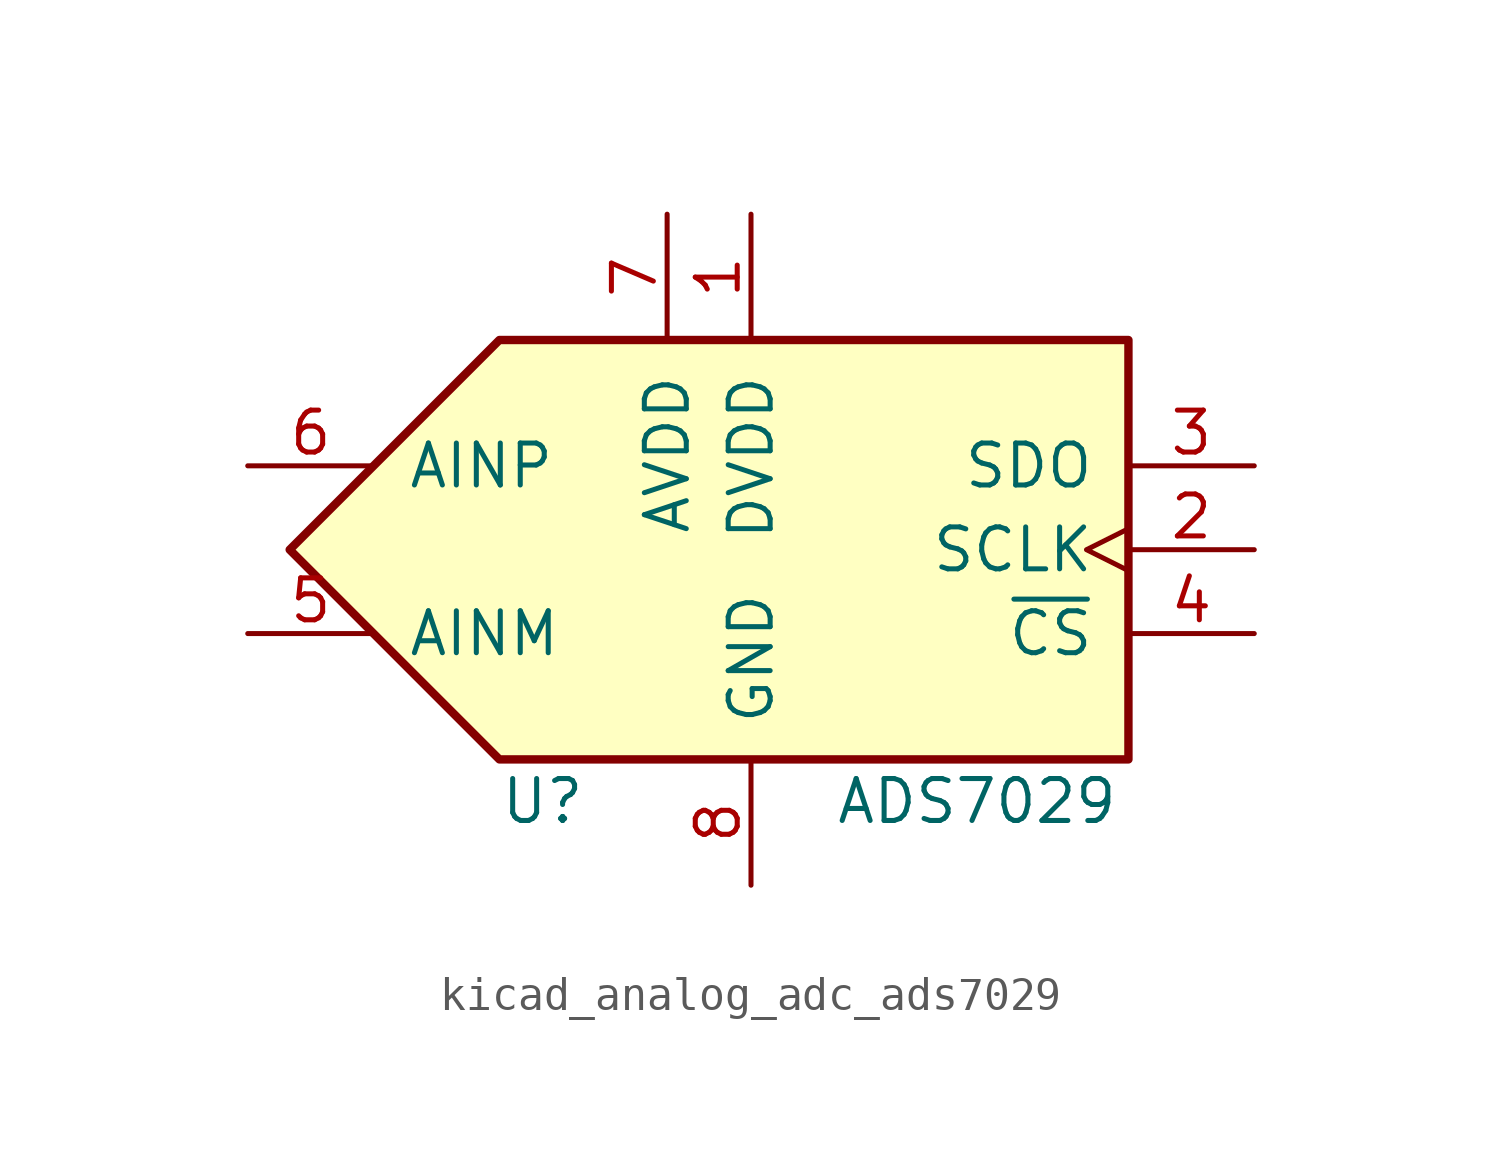
<source format=kicad_sym>
(kicad_symbol_lib
  (version 20220914)
  (generator kicad_symbol_editor)
  (symbol "kicad_analog_adc_ads7029"
    (pin_names
      (offset 1.016))
    (property "Reference" "U"
      (at -7.62 -7.62 0)
      (effects (font (size 1.27 1.27)) (justify left)))
    (property "Value" "ADS7029"
      (at 2.54 -7.62 0)
      (effects (font (size 1.27 1.27)) (justify left)))
    (symbol "kicad_analog_adc_ads7029_0_1"
      (polyline (pts (xy -13.97 0) (xy -7.62 6.35) (xy 11.43 6.35) (xy 11.43 -6.35) (xy -7.62 -6.35) (xy -13.97 0)) (stroke (width 0.254) (type default)) (fill (type background))))
    (symbol "kicad_analog_adc_ads7029_1_1"
      (pin power_in line (at 0 10.16 270) (length 3.81) (name "DVDD" (effects (font (size 1.27 1.27)))) (number "1" (effects (font (size 1.27 1.27)))))
      (pin input clock (at 15.24 0 180) (length 3.81) (name "SCLK" (effects (font (size 1.27 1.27)))) (number "2" (effects (font (size 1.27 1.27)))))
      (pin output line (at 15.24 2.54 180) (length 3.81) (name "SDO" (effects (font (size 1.27 1.27)))) (number "3" (effects (font (size 1.27 1.27)))))
      (pin input line (at 15.24 -2.54 180) (length 3.81) (name "~{CS}" (effects (font (size 1.27 1.27)))) (number "4" (effects (font (size 1.27 1.27)))))
      (pin input line (at -15.24 -2.54 0) (length 3.81) (name "AINM" (effects (font (size 1.27 1.27)))) (number "5" (effects (font (size 1.27 1.27)))))
      (pin input line (at -15.24 2.54 0) (length 3.81) (name "AINP" (effects (font (size 1.27 1.27)))) (number "6" (effects (font (size 1.27 1.27)))))
      (pin power_in line (at -2.54 10.16 270) (length 3.81) (name "AVDD" (effects (font (size 1.27 1.27)))) (number "7" (effects (font (size 1.27 1.27)))))
      (pin power_in line (at 0 -10.16 90) (length 3.81) (name "GND" (effects (font (size 1.27 1.27)))) (number "8" (effects (font (size 1.27 1.27))))))))
</source>
